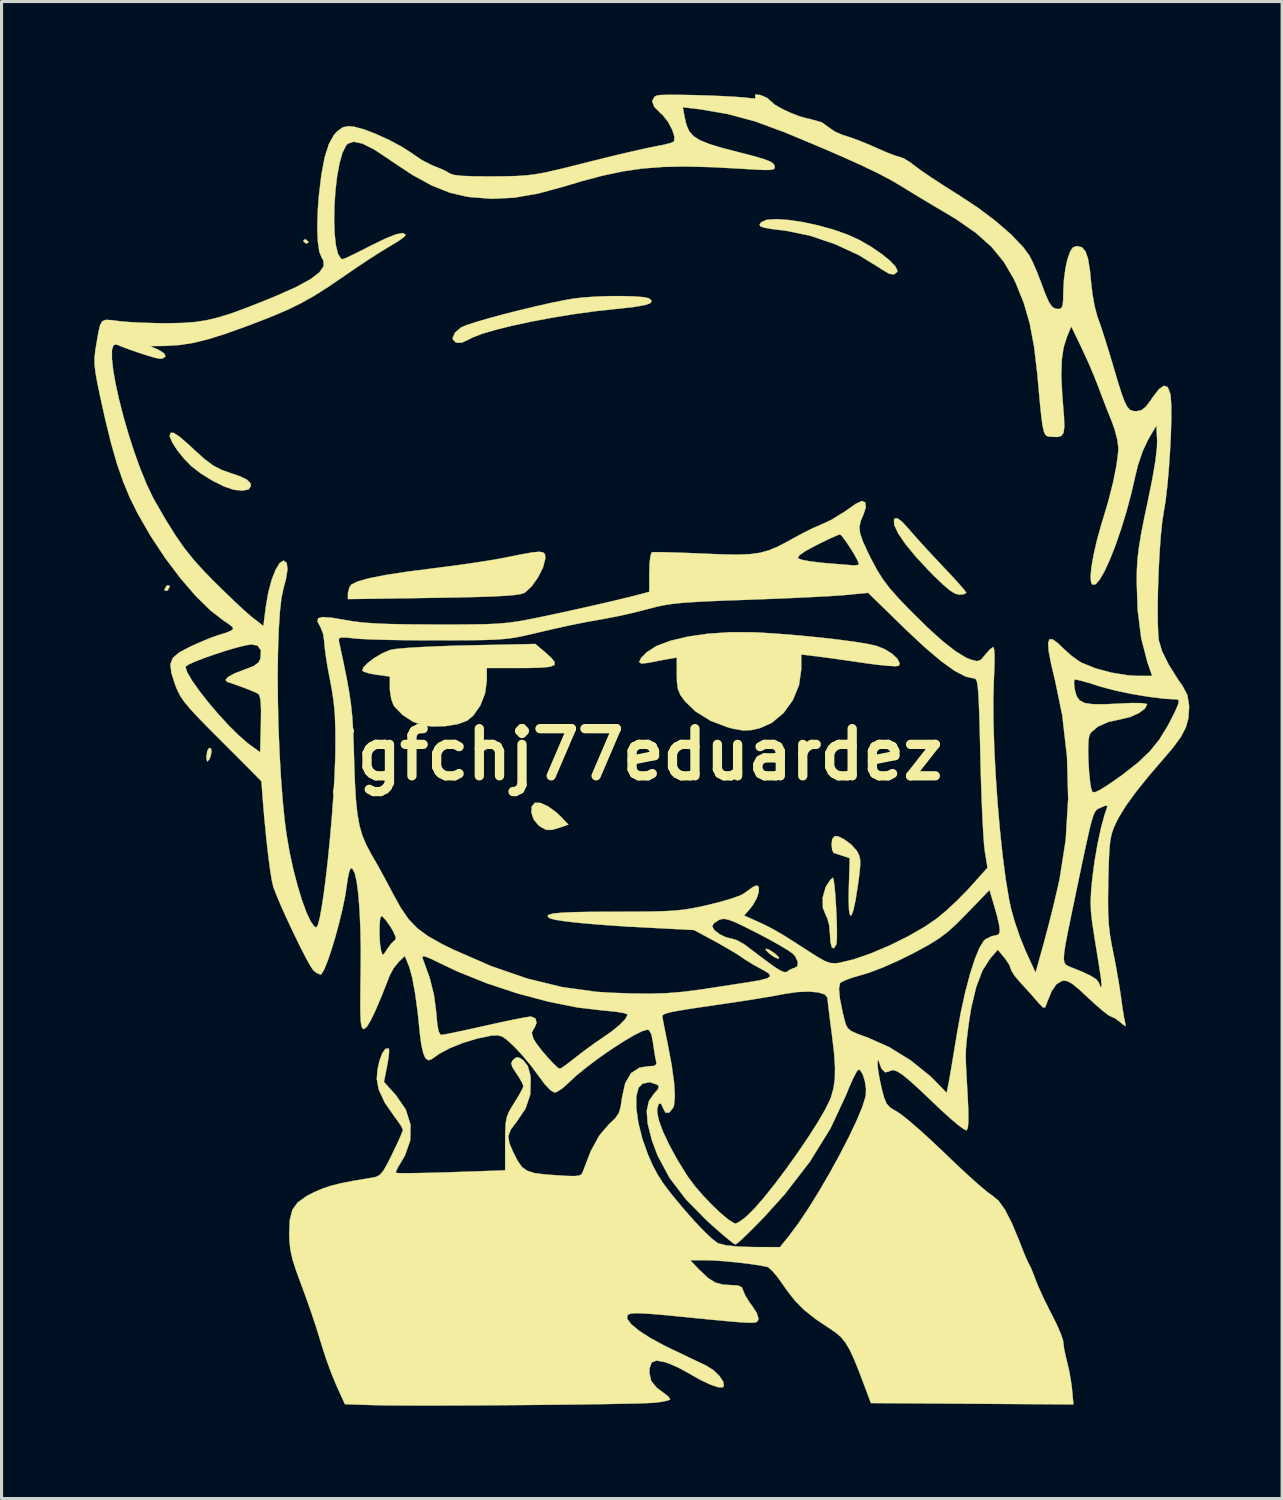
<source format=kicad_pcb>
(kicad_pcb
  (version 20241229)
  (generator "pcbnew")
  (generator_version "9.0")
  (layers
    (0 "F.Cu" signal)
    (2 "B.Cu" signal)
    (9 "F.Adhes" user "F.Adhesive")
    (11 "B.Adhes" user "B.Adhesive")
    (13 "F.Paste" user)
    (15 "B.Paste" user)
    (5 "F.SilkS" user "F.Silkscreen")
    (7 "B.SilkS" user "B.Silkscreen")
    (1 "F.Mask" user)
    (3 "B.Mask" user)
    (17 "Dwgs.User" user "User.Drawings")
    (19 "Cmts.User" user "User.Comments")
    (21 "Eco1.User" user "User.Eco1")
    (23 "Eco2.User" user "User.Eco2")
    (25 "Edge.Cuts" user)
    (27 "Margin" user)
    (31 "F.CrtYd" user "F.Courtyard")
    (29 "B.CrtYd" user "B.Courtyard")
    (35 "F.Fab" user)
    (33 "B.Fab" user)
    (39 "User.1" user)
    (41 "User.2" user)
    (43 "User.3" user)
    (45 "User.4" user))
  (footprint "jgfchj77eduardez"
    (layer "F.Cu")
    (at 17.589 21.327)
    (property "Reference" "jgfchj77eduardez" (at 0 0 0) (layer "F.SilkS") (effects (font (size 1.524 1.524) (thickness 0.3))))
    (attr through_hole)
    (fp_poly (pts (xy -15.162 -5.457) (xy -15.155 -5.429) (xy -15.217 -5.309) (xy -15.24 -5.292) (xy -15.318 -5.296) (xy -15.325 -5.324) (xy -15.263 -5.444) (xy -15.24 -5.461) (xy -15.162 -5.457)) (stroke (width 0.01) (type solid)) (fill yes) (layer "F.SilkS"))
    (fp_poly (pts (xy -10.753 -16.637) (xy -10.672 -16.561) (xy -10.668 -16.547) (xy -10.734 -16.511) (xy -10.753 -16.51) (xy -10.834 -16.575) (xy -10.837 -16.6) (xy -10.785 -16.65) (xy -10.753 -16.637)) (stroke (width 0.01) (type solid)) (fill yes) (layer "F.SilkS"))
    (fp_poly (pts (xy -13.82 -0.197) (xy -13.805 -0.08) (xy -13.841 0.08) (xy -13.885 0.169) (xy -13.944 0.228) (xy -13.967 0.139) (xy -13.969 0.068) (xy -13.941 -0.119) (xy -13.885 -0.212) (xy -13.82 -0.197)) (stroke (width 0.01) (type solid)) (fill yes) (layer "F.SilkS"))
    (fp_poly (pts (xy 4.21 6.307) (xy 4.382 6.418) (xy 4.403 6.435) (xy 4.52 6.546) (xy 4.527 6.601) (xy 4.518 6.602) (xy 4.389 6.553) (xy 4.222 6.437) (xy 4.103 6.317) (xy 4.108 6.274) (xy 4.21 6.307)) (stroke (width 0.01) (type solid)) (fill yes) (layer "F.SilkS"))
    (fp_poly (pts (xy -3.169 1.567) (xy -2.921 1.682) (xy -2.652 1.881) (xy -2.513 2.014) (xy -2.274 2.265) (xy -2.547 2.36) (xy -2.808 2.437) (xy -2.989 2.435) (xy -3.16 2.346) (xy -3.248 2.28) (xy -3.397 2.098) (xy -3.47 1.879) (xy -3.459 1.68) (xy -3.357 1.559) (xy -3.352 1.558) (xy -3.169 1.567)) (stroke (width 0.01) (type solid)) (fill yes) (layer "F.SilkS"))
    (fp_poly (pts (xy 6.297 4.058) (xy 6.325 4.266) (xy 6.351 4.567) (xy 6.373 4.922) (xy 6.391 5.29) (xy 6.401 5.635) (xy 6.401 5.918) (xy 6.39 6.099) (xy 6.382 6.134) (xy 6.305 6.261) (xy 6.238 6.233) (xy 6.193 6.065) (xy 6.178 5.821) (xy 6.152 5.514) (xy 6.086 5.275) (xy 6.051 5.212) (xy 5.947 4.952) (xy 5.941 4.626) (xy 6.032 4.302) (xy 6.072 4.225) (xy 6.184 4.059) (xy 6.265 3.98) (xy 6.271 3.979) (xy 6.297 4.058)) (stroke (width 0.01) (type solid)) (fill yes) (layer "F.SilkS"))
    (fp_poly (pts (xy -15.028 -10.39) (xy -14.85 -10.276) (xy -14.58 -10.046) (xy -14.361 -9.842) (xy -14.026 -9.541) (xy -13.752 -9.337) (xy -13.489 -9.199) (xy -13.25 -9.113) (xy -12.885 -8.988) (xy -12.661 -8.879) (xy -12.552 -8.769) (xy -12.531 -8.678) (xy -12.604 -8.567) (xy -12.803 -8.524) (xy -13.086 -8.553) (xy -13.397 -8.659) (xy -13.77 -8.845) (xy -14.144 -9.075) (xy -14.456 -9.315) (xy -14.461 -9.32) (xy -14.693 -9.558) (xy -14.907 -9.825) (xy -15.07 -10.076) (xy -15.152 -10.266) (xy -15.155 -10.299) (xy -15.125 -10.395) (xy -15.028 -10.39)) (stroke (width 0.01) (type solid)) (fill yes) (layer "F.SilkS"))
    (fp_poly (pts (xy 8.499 -7.528) (xy 8.716 -7.292) (xy 8.73 -7.275) (xy 8.94 -7.035) (xy 9.228 -6.716) (xy 9.555 -6.363) (xy 9.842 -6.058) (xy 10.122 -5.76) (xy 10.354 -5.506) (xy 10.515 -5.319) (xy 10.582 -5.227) (xy 10.583 -5.223) (xy 10.51 -5.18) (xy 10.356 -5.165) (xy 10.226 -5.195) (xy 10.059 -5.296) (xy 9.834 -5.485) (xy 9.53 -5.778) (xy 9.361 -5.949) (xy 8.942 -6.401) (xy 8.611 -6.805) (xy 8.378 -7.148) (xy 8.253 -7.414) (xy 8.244 -7.589) (xy 8.266 -7.623) (xy 8.354 -7.634) (xy 8.499 -7.528)) (stroke (width 0.01) (type solid)) (fill yes) (layer "F.SilkS"))
    (fp_poly (pts (xy 4.841 -17.27) (xy 5.304 -17.201) (xy 5.798 -17.094) (xy 6.291 -16.957) (xy 6.752 -16.794) (xy 7.125 -16.624) (xy 7.503 -16.406) (xy 7.84 -16.176) (xy 8.112 -15.956) (xy 8.293 -15.765) (xy 8.358 -15.626) (xy 8.349 -15.594) (xy 8.245 -15.509) (xy 8.086 -15.534) (xy 7.844 -15.677) (xy 7.789 -15.716) (xy 7.111 -16.133) (xy 6.34 -16.489) (xy 5.539 -16.76) (xy 4.769 -16.92) (xy 4.688 -16.93) (xy 4.294 -16.978) (xy 4.047 -17.022) (xy 3.924 -17.068) (xy 3.903 -17.126) (xy 3.958 -17.2) (xy 4.137 -17.276) (xy 4.442 -17.297) (xy 4.841 -17.27)) (stroke (width 0.01) (type solid)) (fill yes) (layer "F.SilkS"))
    (fp_poly (pts (xy 6.445 2.647) (xy 6.628 2.736) (xy 6.862 2.907) (xy 7.046 3.115) (xy 7.055 3.131) (xy 7.118 3.255) (xy 7.151 3.387) (xy 7.155 3.568) (xy 7.13 3.837) (xy 7.078 4.233) (xy 7.077 4.236) (xy 7.001 4.719) (xy 6.931 5.039) (xy 6.87 5.197) (xy 6.823 5.19) (xy 6.791 5.019) (xy 6.78 4.682) (xy 6.786 4.321) (xy 6.816 3.35) (xy 6.562 3.266) (xy 6.383 3.207) (xy 6.298 3.179) (xy 6.297 3.178) (xy 6.249 3.09) (xy 6.23 2.92) (xy 6.245 2.756) (xy 6.264 2.71) (xy 6.336 2.636) (xy 6.445 2.647)) (stroke (width 0.01) (type solid)) (fill yes) (layer "F.SilkS"))
    (fp_poly (pts (xy -3.093 -6.532) (xy -3.033 -6.473) (xy -3.02 -6.374) (xy -3.022 -6.323) (xy -3.094 -6.044) (xy -3.251 -5.73) (xy -3.453 -5.443) (xy -3.663 -5.244) (xy -3.707 -5.218) (xy -3.816 -5.183) (xy -4.003 -5.154) (xy -4.283 -5.129) (xy -4.672 -5.108) (xy -5.184 -5.09) (xy -5.834 -5.075) (xy -6.638 -5.062) (xy -6.668 -5.061) (xy -9.398 -5.021) (xy -9.398 -5.21) (xy -9.351 -5.402) (xy -9.286 -5.491) (xy -9.081 -5.592) (xy -8.708 -5.696) (xy -8.166 -5.802) (xy -7.454 -5.911) (xy -6.646 -6.014) (xy -6.079 -6.086) (xy -5.499 -6.167) (xy -4.954 -6.25) (xy -4.496 -6.327) (xy -4.276 -6.37) (xy -3.791 -6.468) (xy -3.449 -6.528) (xy -3.224 -6.55) (xy -3.093 -6.532)) (stroke (width 0.01) (type solid)) (fill yes) (layer "F.SilkS"))
    (fp_poly (pts (xy -0.131 -14.8) (xy 0.161 -14.776) (xy 0.328 -14.74) (xy 0.338 -14.734) (xy 0.419 -14.652) (xy 0.372 -14.58) (xy 0.187 -14.518) (xy -0.145 -14.46) (xy -0.634 -14.405) (xy -0.761 -14.393) (xy -1.418 -14.321) (xy -2.106 -14.226) (xy -2.798 -14.113) (xy -3.468 -13.987) (xy -4.088 -13.854) (xy -4.632 -13.719) (xy -5.073 -13.589) (xy -5.385 -13.468) (xy -5.478 -13.416) (xy -5.715 -13.307) (xy -5.903 -13.305) (xy -6.004 -13.406) (xy -6.011 -13.463) (xy -5.938 -13.63) (xy -5.748 -13.794) (xy -5.742 -13.797) (xy -5.569 -13.872) (xy -5.262 -13.972) (xy -4.853 -14.092) (xy -4.373 -14.222) (xy -3.854 -14.354) (xy -3.328 -14.48) (xy -2.827 -14.593) (xy -2.382 -14.683) (xy -2.117 -14.729) (xy -1.779 -14.768) (xy -1.373 -14.795) (xy -0.937 -14.81) (xy -0.51 -14.811) (xy -0.131 -14.8)) (stroke (width 0.01) (type solid)) (fill yes) (layer "F.SilkS"))
    (fp_poly (pts (xy -3.027 -3.304) (xy -2.821 -3.118) (xy -2.717 -2.984) (xy -2.727 -2.892) (xy -2.865 -2.835) (xy -3.141 -2.806) (xy -3.569 -2.795) (xy -3.81 -2.794) (xy -4.911 -2.794) (xy -4.911 -2.384) (xy -4.968 -1.971) (xy -5.124 -1.576) (xy -5.35 -1.254) (xy -5.552 -1.09) (xy -5.848 -0.982) (xy -6.24 -0.917) (xy -6.658 -0.904) (xy -6.945 -0.932) (xy -7.293 -1.056) (xy -7.637 -1.281) (xy -7.902 -1.557) (xy -7.918 -1.58) (xy -7.997 -1.786) (xy -8.041 -2.063) (xy -8.043 -2.145) (xy -8.043 -2.518) (xy -8.463 -2.574) (xy -8.714 -2.62) (xy -8.888 -2.676) (xy -8.93 -2.705) (xy -8.903 -2.807) (xy -8.763 -2.953) (xy -8.549 -3.115) (xy -8.3 -3.264) (xy -8.056 -3.37) (xy -8.012 -3.383) (xy -7.828 -3.413) (xy -7.501 -3.442) (xy -7.057 -3.47) (xy -6.523 -3.495) (xy -5.925 -3.516) (xy -5.503 -3.526) (xy -3.344 -3.572) (xy -3.027 -3.304)) (stroke (width 0.01) (type solid)) (fill yes) (layer "F.SilkS"))
    (fp_poly (pts (xy 3.692 -3.949) (xy 3.895 -3.94) (xy 4.552 -3.897) (xy 5.224 -3.841) (xy 5.879 -3.777) (xy 6.486 -3.707) (xy 7.013 -3.635) (xy 7.43 -3.566) (xy 7.678 -3.51) (xy 7.953 -3.4) (xy 8.192 -3.249) (xy 8.362 -3.086) (xy 8.43 -2.94) (xy 8.403 -2.866) (xy 8.298 -2.852) (xy 8.06 -2.864) (xy 7.724 -2.897) (xy 7.323 -2.95) (xy 7.279 -2.957) (xy 6.82 -3.024) (xy 6.371 -3.088) (xy 5.986 -3.141) (xy 5.736 -3.172) (xy 5.249 -3.23) (xy 5.249 -2.755) (xy 5.177 -2.242) (xy 4.978 -1.758) (xy 4.676 -1.339) (xy 4.296 -1.021) (xy 3.918 -0.852) (xy 3.624 -0.786) (xy 3.367 -0.777) (xy 3.069 -0.828) (xy 2.879 -0.876) (xy 2.323 -1.087) (xy 1.834 -1.39) (xy 1.489 -1.722) (xy 1.341 -1.927) (xy 1.263 -2.117) (xy 1.232 -2.362) (xy 1.228 -2.59) (xy 1.228 -3.132) (xy 0.931 -3.081) (xy 0.633 -3.026) (xy 0.325 -2.965) (xy 0.318 -2.963) (xy 0.09 -2.937) (xy 0.009 -2.986) (xy 0.075 -3.117) (xy 0.25 -3.298) (xy 0.561 -3.501) (xy 1.013 -3.672) (xy 1.578 -3.807) (xy 2.231 -3.902) (xy 2.945 -3.951) (xy 3.692 -3.949)) (stroke (width 0.01) (type solid)) (fill yes) (layer "F.SilkS"))
    (fp_poly (pts (xy 3.893 -21.312) (xy 3.946 -21.299) (xy 4.147 -21.214) (xy 4.264 -21.109) (xy 4.385 -21.001) (xy 4.616 -20.867) (xy 4.905 -20.731) (xy 5.201 -20.616) (xy 5.452 -20.547) (xy 5.488 -20.542) (xy 5.912 -20.425) (xy 6.181 -20.231) (xy 6.338 -20.123) (xy 6.584 -20.018) (xy 6.689 -19.985) (xy 6.956 -19.896) (xy 7.304 -19.761) (xy 7.662 -19.607) (xy 7.695 -19.592) (xy 8.003 -19.457) (xy 8.261 -19.356) (xy 8.423 -19.306) (xy 8.443 -19.304) (xy 8.574 -19.254) (xy 8.778 -19.125) (xy 8.918 -19.018) (xy 9.121 -18.868) (xy 9.431 -18.656) (xy 9.809 -18.408) (xy 10.219 -18.148) (xy 10.329 -18.08) (xy 10.96 -17.664) (xy 11.534 -17.231) (xy 12.026 -16.804) (xy 12.409 -16.404) (xy 12.615 -16.128) (xy 12.721 -15.922) (xy 12.854 -15.618) (xy 12.987 -15.277) (xy 13.001 -15.239) (xy 13.144 -14.856) (xy 13.256 -14.608) (xy 13.356 -14.466) (xy 13.461 -14.404) (xy 13.557 -14.393) (xy 13.642 -14.413) (xy 13.69 -14.495) (xy 13.711 -14.675) (xy 13.716 -14.971) (xy 13.737 -15.353) (xy 13.791 -15.743) (xy 13.846 -15.987) (xy 13.936 -16.248) (xy 14.025 -16.381) (xy 14.139 -16.424) (xy 14.171 -16.425) (xy 14.321 -16.386) (xy 14.433 -16.255) (xy 14.516 -16.01) (xy 14.577 -15.632) (xy 14.612 -15.268) (xy 14.659 -14.865) (xy 14.731 -14.469) (xy 14.815 -14.153) (xy 14.835 -14.099) (xy 14.921 -13.857) (xy 15.038 -13.498) (xy 15.173 -13.068) (xy 15.31 -12.614) (xy 15.326 -12.557) (xy 15.481 -12.035) (xy 15.601 -11.654) (xy 15.699 -11.392) (xy 15.785 -11.227) (xy 15.871 -11.136) (xy 15.968 -11.098) (xy 16.075 -11.091) (xy 16.233 -11.121) (xy 16.377 -11.23) (xy 16.545 -11.452) (xy 16.589 -11.519) (xy 16.801 -11.799) (xy 16.969 -11.915) (xy 17.092 -11.868) (xy 17.171 -11.657) (xy 17.187 -11.556) (xy 17.205 -11.257) (xy 17.205 -10.83) (xy 17.19 -10.316) (xy 17.161 -9.756) (xy 17.122 -9.189) (xy 17.074 -8.656) (xy 17.021 -8.198) (xy 16.964 -7.854) (xy 16.962 -7.846) (xy 16.911 -7.52) (xy 16.865 -7.066) (xy 16.826 -6.524) (xy 16.795 -5.933) (xy 16.774 -5.331) (xy 16.765 -4.758) (xy 16.768 -4.253) (xy 16.785 -3.854) (xy 16.803 -3.683) (xy 16.906 -3.338) (xy 17.121 -2.904) (xy 17.435 -2.404) (xy 17.571 -2.21) (xy 17.725 -1.92) (xy 17.779 -1.579) (xy 17.78 -1.509) (xy 17.757 -1.174) (xy 17.675 -0.874) (xy 17.515 -0.568) (xy 17.258 -0.219) (xy 17.007 0.077) (xy 16.475 0.696) (xy 16.056 1.218) (xy 15.737 1.658) (xy 15.506 2.035) (xy 15.421 2.201) (xy 15.338 2.386) (xy 15.279 2.561) (xy 15.237 2.758) (xy 15.208 3.012) (xy 15.19 3.353) (xy 15.175 3.816) (xy 15.169 4.081) (xy 15.16 4.659) (xy 15.164 5.113) (xy 15.184 5.485) (xy 15.222 5.82) (xy 15.281 6.161) (xy 15.314 6.324) (xy 15.405 6.786) (xy 15.494 7.286) (xy 15.565 7.738) (xy 15.581 7.858) (xy 15.63 8.202) (xy 15.677 8.492) (xy 15.716 8.678) (xy 15.724 8.705) (xy 15.731 8.776) (xy 15.648 8.729) (xy 15.566 8.657) (xy 15.393 8.526) (xy 15.261 8.467) (xy 15.256 8.467) (xy 15.156 8.411) (xy 14.966 8.262) (xy 14.716 8.044) (xy 14.522 7.864) (xy 14.224 7.588) (xy 14.014 7.416) (xy 13.864 7.328) (xy 13.743 7.305) (xy 13.673 7.316) (xy 13.495 7.421) (xy 13.337 7.65) (xy 13.185 8.026) (xy 13.166 8.086) (xy 13.123 8.177) (xy 13.058 8.17) (xy 12.937 8.05) (xy 12.858 7.959) (xy 12.635 7.704) (xy 12.385 7.429) (xy 12.314 7.354) (xy 12.145 7.153) (xy 12.039 6.987) (xy 12.022 6.93) (xy 11.971 6.795) (xy 11.845 6.605) (xy 11.81 6.562) (xy 11.598 6.308) (xy 11.346 6.599) (xy 11.104 6.981) (xy 10.9 7.515) (xy 10.74 8.188) (xy 10.662 8.678) (xy 10.618 9.022) (xy 10.587 9.287) (xy 10.569 9.512) (xy 10.563 9.738) (xy 10.569 10.005) (xy 10.586 10.353) (xy 10.613 10.823) (xy 10.62 10.932) (xy 10.645 11.454) (xy 10.65 11.821) (xy 10.634 12.046) (xy 10.596 12.141) (xy 10.594 12.143) (xy 10.503 12.107) (xy 10.314 11.968) (xy 10.047 11.742) (xy 9.723 11.446) (xy 9.547 11.279) (xy 9.115 10.867) (xy 8.784 10.564) (xy 8.537 10.36) (xy 8.356 10.241) (xy 8.226 10.197) (xy 8.13 10.214) (xy 8.091 10.24) (xy 7.958 10.27) (xy 7.839 10.147) (xy 7.766 9.948) (xy 7.735 9.852) (xy 7.719 9.912) (xy 7.714 9.991) (xy 7.729 10.18) (xy 7.777 10.469) (xy 7.844 10.779) (xy 7.926 11.088) (xy 8.006 11.28) (xy 8.116 11.404) (xy 8.286 11.509) (xy 8.329 11.531) (xy 8.496 11.644) (xy 8.758 11.855) (xy 9.089 12.143) (xy 9.466 12.486) (xy 9.863 12.861) (xy 9.905 12.902) (xy 10.296 13.276) (xy 10.664 13.617) (xy 10.985 13.904) (xy 11.236 14.116) (xy 11.393 14.231) (xy 11.405 14.238) (xy 11.615 14.408) (xy 11.829 14.705) (xy 12.055 15.143) (xy 12.3 15.733) (xy 12.337 15.83) (xy 12.45 16.119) (xy 12.547 16.348) (xy 12.608 16.467) (xy 12.608 16.468) (xy 12.671 16.591) (xy 12.763 16.815) (xy 12.822 16.976) (xy 12.934 17.249) (xy 13.098 17.606) (xy 13.285 17.982) (xy 13.345 18.097) (xy 13.509 18.426) (xy 13.636 18.72) (xy 13.707 18.933) (xy 13.716 18.991) (xy 13.739 19.189) (xy 13.797 19.464) (xy 13.834 19.606) (xy 13.912 19.945) (xy 13.977 20.333) (xy 13.998 20.511) (xy 14.043 20.999) (xy 10.77 20.977) (xy 7.498 20.955) (xy 7.341 20.532) (xy 7.13 19.972) (xy 6.959 19.548) (xy 6.813 19.232) (xy 6.676 19.001) (xy 6.535 18.828) (xy 6.375 18.687) (xy 6.19 18.561) (xy 5.71 18.239) (xy 5.343 17.948) (xy 5.046 17.648) (xy 4.778 17.302) (xy 4.689 17.173) (xy 4.494 16.9) (xy 4.316 16.687) (xy 4.186 16.57) (xy 4.166 16.561) (xy 3.93 16.511) (xy 3.577 16.458) (xy 3.163 16.409) (xy 2.74 16.369) (xy 2.363 16.345) (xy 2.179 16.341) (xy 1.66 16.341) (xy 1.952 16.644) (xy 2.23 16.908) (xy 2.468 17.06) (xy 2.723 17.129) (xy 2.962 17.142) (xy 3.206 17.158) (xy 3.328 17.213) (xy 3.371 17.314) (xy 3.44 17.481) (xy 3.58 17.704) (xy 3.655 17.805) (xy 3.809 18.04) (xy 3.865 18.221) (xy 3.858 18.261) (xy 3.842 18.301) (xy 3.815 18.331) (xy 3.759 18.351) (xy 3.658 18.36) (xy 3.492 18.357) (xy 3.246 18.342) (xy 2.9 18.312) (xy 2.437 18.269) (xy 1.839 18.211) (xy 1.163 18.144) (xy 0.62 18.092) (xy 0.222 18.062) (xy -0.054 18.051) (xy -0.231 18.06) (xy -0.332 18.089) (xy -0.361 18.11) (xy -0.376 18.232) (xy -0.248 18.405) (xy 0.006 18.615) (xy 0.37 18.851) (xy 0.829 19.1) (xy 1.016 19.191) (xy 1.398 19.373) (xy 1.766 19.549) (xy 2.066 19.692) (xy 2.186 19.75) (xy 2.416 19.896) (xy 2.605 20.078) (xy 2.725 20.258) (xy 2.749 20.399) (xy 2.713 20.445) (xy 2.573 20.445) (xy 2.326 20.363) (xy 2.002 20.212) (xy 1.632 20.004) (xy 1.602 19.985) (xy 1.297 19.819) (xy 0.98 19.679) (xy 0.848 19.633) (xy 0.574 19.581) (xy 0.416 19.642) (xy 0.349 19.83) (xy 0.343 19.981) (xy 0.399 20.236) (xy 0.581 20.461) (xy 0.783 20.611) (xy 0.943 20.734) (xy 1.016 20.827) (xy 1.016 20.831) (xy 0.939 20.873) (xy 0.738 20.915) (xy 0.487 20.945) (xy 0.277 20.956) (xy -0.081 20.968) (xy -0.565 20.978) (xy -1.156 20.989) (xy -1.83 20.999) (xy -2.567 21.007) (xy -3.347 21.015) (xy -4.146 21.022) (xy -4.945 21.028) (xy -5.722 21.032) (xy -6.456 21.034) (xy -7.125 21.034) (xy -7.708 21.033) (xy -8.184 21.029) (xy -8.532 21.022) (xy -8.579 21.021) (xy -9.495 20.991) (xy -9.773 20.381) (xy -9.927 20.008) (xy -10.094 19.553) (xy -10.243 19.097) (xy -10.282 18.965) (xy -10.41 18.548) (xy -10.577 18.044) (xy -10.76 17.524) (xy -10.9 17.145) (xy -11.07 16.683) (xy -11.183 16.329) (xy -11.251 16.035) (xy -11.285 15.756) (xy -11.295 15.49) (xy -11.277 15.043) (xy -11.195 14.717) (xy -11.022 14.473) (xy -10.735 14.267) (xy -10.49 14.142) (xy -10.232 14.03) (xy -9.96 13.938) (xy -9.637 13.856) (xy -9.225 13.775) (xy -8.686 13.685) (xy -8.626 13.676) (xy -8.477 13.643) (xy -8.362 13.578) (xy -8.254 13.45) (xy -8.127 13.228) (xy -7.97 12.915) (xy -7.817 12.596) (xy -7.698 12.333) (xy -7.63 12.163) (xy -7.62 12.124) (xy -7.669 12.017) (xy -7.794 11.833) (xy -7.882 11.717) (xy -8.206 11.25) (xy -8.404 10.824) (xy -8.466 10.481) (xy -8.441 10.173) (xy -8.376 9.885) (xy -8.287 9.652) (xy -8.186 9.511) (xy -8.089 9.496) (xy -8.074 9.508) (xy -8.067 9.607) (xy -8.091 9.822) (xy -8.133 10.064) (xy -8.234 10.578) (xy -7.845 11.01) (xy -7.529 11.471) (xy -7.375 11.961) (xy -7.383 12.463) (xy -7.556 12.959) (xy -7.658 13.133) (xy -7.783 13.339) (xy -7.847 13.482) (xy -7.848 13.516) (xy -7.756 13.525) (xy -7.52 13.528) (xy -7.166 13.524) (xy -6.72 13.515) (xy -6.207 13.5) (xy -6.064 13.496) (xy -4.318 13.436) (xy -4.318 12.577) (xy -4.315 12.183) (xy -4.3 11.91) (xy -4.262 11.709) (xy -4.19 11.533) (xy -4.073 11.334) (xy -4.024 11.257) (xy -3.871 11.006) (xy -3.764 10.809) (xy -3.728 10.715) (xy -3.771 10.603) (xy -3.883 10.41) (xy -3.951 10.309) (xy -4.084 10.102) (xy -4.122 9.978) (xy -4.077 9.884) (xy -4.05 9.856) (xy -3.943 9.778) (xy -3.831 9.81) (xy -3.729 9.886) (xy -3.587 10.063) (xy -3.51 10.337) (xy -3.493 10.473) (xy -3.506 10.985) (xy -3.661 11.445) (xy -3.943 11.861) (xy -4.137 12.119) (xy -4.215 12.326) (xy -4.185 12.549) (xy -4.068 12.827) (xy -3.917 13.124) (xy -3.777 13.324) (xy -3.607 13.45) (xy -3.371 13.524) (xy -3.029 13.568) (xy -2.731 13.59) (xy -2.339 13.615) (xy -2.083 13.621) (xy -1.932 13.606) (xy -1.853 13.567) (xy -1.815 13.499) (xy -1.813 13.492) (xy -1.554 12.819) (xy -1.273 12.306) (xy -0.964 11.947) (xy -0.764 11.757) (xy -0.647 11.589) (xy -0.6 11.433) (xy -0.08 11.433) (xy -0.014 11.903) (xy 0.115 12.417) (xy 0.297 12.928) (xy 0.447 13.269) (xy 0.603 13.566) (xy 0.791 13.858) (xy 1.037 14.184) (xy 1.368 14.584) (xy 1.459 14.692) (xy 1.8 15.078) (xy 2.11 15.404) (xy 2.365 15.646) (xy 2.543 15.781) (xy 2.568 15.794) (xy 2.814 15.857) (xy 3.197 15.898) (xy 3.688 15.914) (xy 3.698 15.914) (xy 4.561 15.917) (xy 4.851 15.557) (xy 5.152 15.154) (xy 5.483 14.659) (xy 5.829 14.102) (xy 6.173 13.511) (xy 6.5 12.915) (xy 6.795 12.341) (xy 7.042 11.82) (xy 7.225 11.379) (xy 7.328 11.047) (xy 7.332 11.028) (xy 7.342 10.81) (xy 7.306 10.565) (xy 7.24 10.346) (xy 7.157 10.204) (xy 7.093 10.18) (xy 7.027 10.267) (xy 6.92 10.477) (xy 6.787 10.776) (xy 6.693 11.01) (xy 6.193 12.081) (xy 5.53 13.152) (xy 4.711 14.214) (xy 4.032 14.964) (xy 3.728 15.275) (xy 3.462 15.537) (xy 3.259 15.727) (xy 3.14 15.825) (xy 3.122 15.833) (xy 3.036 15.779) (xy 2.85 15.631) (xy 2.591 15.41) (xy 2.284 15.137) (xy 2.208 15.069) (xy 1.523 14.375) (xy 0.993 13.678) (xy 0.606 12.956) (xy 0.421 12.458) (xy 0.287 11.928) (xy 0.258 11.538) (xy 0.593 11.538) (xy 0.641 11.803) (xy 0.776 12.172) (xy 0.983 12.614) (xy 1.246 13.096) (xy 1.551 13.588) (xy 1.605 13.668) (xy 1.816 13.95) (xy 2.08 14.254) (xy 2.366 14.554) (xy 2.646 14.82) (xy 2.892 15.025) (xy 3.074 15.14) (xy 3.131 15.155) (xy 3.237 15.105) (xy 3.411 14.98) (xy 3.467 14.934) (xy 3.72 14.687) (xy 4.033 14.329) (xy 4.386 13.888) (xy 4.758 13.394) (xy 5.128 12.876) (xy 5.477 12.362) (xy 5.783 11.881) (xy 6.027 11.463) (xy 6.186 11.136) (xy 6.214 11.061) (xy 6.292 10.778) (xy 6.334 10.473) (xy 6.34 10.111) (xy 6.31 9.658) (xy 6.244 9.082) (xy 6.224 8.932) (xy 6.173 8.542) (xy 6.132 8.205) (xy 6.105 7.963) (xy 6.098 7.864) (xy 6.019 7.757) (xy 5.807 7.688) (xy 5.495 7.659) (xy 5.116 7.675) (xy 4.703 7.736) (xy 4.69 7.739) (xy 4.412 7.792) (xy 4.006 7.861) (xy 3.516 7.94) (xy 2.98 8.022) (xy 2.554 8.084) (xy 1.958 8.171) (xy 1.509 8.24) (xy 1.187 8.295) (xy 0.972 8.339) (xy 0.843 8.379) (xy 0.78 8.417) (xy 0.762 8.459) (xy 0.762 8.462) (xy 0.778 8.567) (xy 0.822 8.798) (xy 0.885 9.116) (xy 0.928 9.321) (xy 1.061 10.027) (xy 1.14 10.605) (xy 1.166 11.045) (xy 1.137 11.339) (xy 1.108 11.416) (xy 0.98 11.573) (xy 0.863 11.572) (xy 0.787 11.43) (xy 0.717 11.281) (xy 0.646 11.284) (xy 0.599 11.427) (xy 0.593 11.538) (xy 0.258 11.538) (xy 0.256 11.514) (xy 0.328 11.195) (xy 0.483 10.97) (xy 0.623 10.812) (xy 0.645 10.718) (xy 0.589 10.664) (xy 0.348 10.587) (xy 0.123 10.636) (xy -0.007 10.766) (xy -0.08 11.042) (xy -0.08 11.433) (xy -0.6 11.433) (xy -0.584 11.378) (xy -0.543 11.087) (xy -0.439 10.619) (xy -0.25 10.296) (xy 0.027 10.116) (xy 0.296 10.075) (xy 0.498 10.061) (xy 0.57 10.004) (xy 0.562 9.927) (xy 0.528 9.76) (xy 0.486 9.498) (xy 0.464 9.335) (xy 0.409 9.045) (xy 0.332 8.908) (xy 0.281 8.89) (xy 0.107 8.94) (xy -0.168 9.078) (xy -0.515 9.284) (xy -0.903 9.536) (xy -1.304 9.816) (xy -1.687 10.104) (xy -2.024 10.378) (xy -2.281 10.619) (xy -2.481 10.797) (xy -2.658 10.906) (xy -2.723 10.922) (xy -2.849 10.852) (xy -3.031 10.661) (xy -3.231 10.393) (xy -3.483 10.053) (xy -3.778 9.7) (xy -4.012 9.452) (xy -4.241 9.236) (xy -4.403 9.117) (xy -4.548 9.074) (xy -4.726 9.081) (xy -4.795 9.09) (xy -5.217 9.177) (xy -5.671 9.315) (xy -6.097 9.484) (xy -6.433 9.662) (xy -6.51 9.715) (xy -6.695 9.846) (xy -6.8 9.88) (xy -6.877 9.824) (xy -6.907 9.785) (xy -6.97 9.626) (xy -7.029 9.358) (xy -7.067 9.072) (xy -7.143 8.334) (xy -7.228 7.711) (xy -7.318 7.22) (xy -7.411 6.879) (xy -7.426 6.838) (xy -7.53 6.579) (xy -6.987 6.579) (xy -6.759 7.206) (xy -6.618 7.765) (xy -6.545 8.325) (xy -6.543 8.361) (xy -6.509 8.731) (xy -6.466 8.954) (xy -6.408 9.051) (xy -6.379 9.059) (xy -6.259 9.041) (xy -6.006 8.991) (xy -5.651 8.916) (xy -5.223 8.823) (xy -4.959 8.763) (xy -4.499 8.661) (xy -4.087 8.574) (xy -3.756 8.509) (xy -3.538 8.472) (xy -3.479 8.467) (xy -3.339 8.528) (xy -3.302 8.674) (xy -3.377 8.844) (xy -3.401 8.871) (xy -3.458 8.994) (xy -3.404 9.182) (xy -3.403 9.184) (xy -3.306 9.341) (xy -3.144 9.553) (xy -2.952 9.779) (xy -2.765 9.981) (xy -2.617 10.119) (xy -2.55 10.157) (xy -2.463 10.106) (xy -2.282 9.975) (xy -2.047 9.792) (xy -2.032 9.78) (xy -1.727 9.545) (xy -1.41 9.315) (xy -1.194 9.169) (xy -0.88 8.951) (xy -0.619 8.737) (xy -0.44 8.553) (xy -0.368 8.423) (xy -0.373 8.395) (xy -0.473 8.356) (xy -0.699 8.317) (xy -1.009 8.284) (xy -1.119 8.275) (xy -1.983 8.174) (xy -2.934 7.983) (xy -3.927 7.718) (xy -4.913 7.391) (xy -5.847 7.016) (xy -6.382 6.763) (xy -6.704 6.606) (xy -6.899 6.527) (xy -6.986 6.521) (xy -6.987 6.579) (xy -7.53 6.579) (xy -7.557 6.51) (xy -7.751 6.693) (xy -7.924 6.908) (xy -8.048 7.142) (xy -8.298 7.777) (xy -8.502 8.259) (xy -8.663 8.596) (xy -8.786 8.797) (xy -8.875 8.87) (xy -8.89 8.87) (xy -8.932 8.841) (xy -8.963 8.763) (xy -8.984 8.612) (xy -8.995 8.37) (xy -8.998 8.015) (xy -8.994 7.527) (xy -8.987 7.068) (xy -8.982 6.312) (xy -8.991 5.844) (xy -8.377 5.844) (xy -8.361 6.117) (xy -8.329 6.326) (xy -8.328 6.333) (xy -8.287 6.456) (xy -8.24 6.455) (xy -8.149 6.321) (xy -8.124 6.279) (xy -7.993 6.1) (xy -7.879 5.999) (xy -7.871 5.996) (xy -7.848 5.909) (xy -7.94 5.702) (xy -8.022 5.566) (xy -8.167 5.359) (xy -8.282 5.237) (xy -8.328 5.223) (xy -8.361 5.339) (xy -8.377 5.565) (xy -8.377 5.844) (xy -8.991 5.844) (xy -8.995 5.621) (xy -9.023 5.01) (xy -9.064 4.495) (xy -9.118 4.091) (xy -9.183 3.816) (xy -9.257 3.683) (xy -9.31 3.681) (xy -9.354 3.78) (xy -9.401 3.996) (xy -9.432 4.21) (xy -9.488 4.577) (xy -9.576 5.003) (xy -9.686 5.456) (xy -9.808 5.908) (xy -9.935 6.327) (xy -10.058 6.685) (xy -10.167 6.951) (xy -10.254 7.095) (xy -10.284 7.112) (xy -10.417 7.054) (xy -10.525 6.96) (xy -10.619 6.818) (xy -10.764 6.555) (xy -10.943 6.204) (xy -11.141 5.799) (xy -11.341 5.375) (xy -11.528 4.965) (xy -11.683 4.602) (xy -11.793 4.322) (xy -11.807 4.282) (xy -11.857 4.064) (xy -11.915 3.705) (xy -11.976 3.233) (xy -12.038 2.677) (xy -12.098 2.063) (xy -12.152 1.421) (xy -12.191 0.871) (xy -12.248 0.809) (xy -12.409 0.645) (xy -12.655 0.397) (xy -12.969 0.082) (xy -13.334 -0.283) (xy -13.492 -0.441) (xy -13.928 -0.878) (xy -14.26 -1.219) (xy -14.506 -1.485) (xy -14.682 -1.698) (xy -14.807 -1.88) (xy -14.898 -2.051) (xy -14.972 -2.233) (xy -14.983 -2.263) (xy -15.104 -2.642) (xy -15.124 -2.831) (xy -14.647 -2.831) (xy -14.59 -2.655) (xy -14.433 -2.387) (xy -14.199 -2.056) (xy -13.91 -1.687) (xy -13.587 -1.306) (xy -13.253 -0.942) (xy -12.929 -0.621) (xy -12.639 -0.368) (xy -12.573 -0.319) (xy -12.234 -0.072) (xy -12.21 -0.982) (xy -12.205 -1.426) (xy -12.218 -1.723) (xy -12.251 -1.896) (xy -12.295 -1.961) (xy -12.434 -2.028) (xy -12.675 -2.125) (xy -12.957 -2.23) (xy -13.22 -2.32) (xy -13.287 -2.341) (xy -13.354 -2.405) (xy -13.275 -2.501) (xy -13.069 -2.616) (xy -12.751 -2.739) (xy -12.721 -2.749) (xy -12.437 -2.86) (xy -12.282 -2.977) (xy -12.225 -3.097) (xy -12.208 -3.362) (xy -12.316 -3.516) (xy -12.503 -3.556) (xy -12.687 -3.53) (xy -12.967 -3.462) (xy -13.308 -3.363) (xy -13.672 -3.245) (xy -14.025 -3.122) (xy -14.329 -3.005) (xy -14.548 -2.906) (xy -14.645 -2.838) (xy -14.647 -2.831) (xy -15.124 -2.831) (xy -15.134 -2.915) (xy -15.055 -3.121) (xy -14.852 -3.296) (xy -14.507 -3.478) (xy -14.418 -3.519) (xy -14.088 -3.664) (xy -13.793 -3.784) (xy -13.585 -3.857) (xy -13.552 -3.866) (xy -13.321 -3.938) (xy -13.18 -3.997) (xy -13.106 -4.055) (xy -13.132 -4.124) (xy -13.277 -4.235) (xy -13.392 -4.31) (xy -13.834 -4.649) (xy -14.314 -5.121) (xy -14.812 -5.698) (xy -15.307 -6.355) (xy -15.776 -7.065) (xy -16.195 -7.793) (xy -16.44 -8.289) (xy -16.658 -8.81) (xy -16.857 -9.385) (xy -17.047 -10.045) (xy -17.238 -10.82) (xy -17.399 -11.55) (xy -17.495 -12.009) (xy -17.555 -12.346) (xy -17.584 -12.604) (xy -17.584 -12.793) (xy -17.023 -12.793) (xy -16.982 -12.418) (xy -16.902 -11.965) (xy -16.789 -11.455) (xy -16.648 -10.906) (xy -16.484 -10.339) (xy -16.302 -9.776) (xy -16.107 -9.235) (xy -15.904 -8.737) (xy -15.697 -8.302) (xy -15.614 -8.151) (xy -15.265 -7.55) (xy -14.959 -7.063) (xy -14.67 -6.651) (xy -14.368 -6.276) (xy -14.025 -5.898) (xy -13.719 -5.585) (xy -13.372 -5.244) (xy -13.035 -4.922) (xy -12.742 -4.65) (xy -12.525 -4.46) (xy -12.478 -4.423) (xy -12.129 -4.151) (xy -12.045 -4.811) (xy -11.968 -5.25) (xy -11.861 -5.646) (xy -11.735 -5.968) (xy -11.604 -6.185) (xy -11.478 -6.265) (xy -11.477 -6.265) (xy -11.375 -6.192) (xy -11.35 -5.983) (xy -11.403 -5.651) (xy -11.479 -5.376) (xy -11.546 -5.056) (xy -11.598 -4.591) (xy -11.635 -4.005) (xy -11.658 -3.322) (xy -11.667 -2.566) (xy -11.661 -1.762) (xy -11.643 -0.932) (xy -11.61 -0.102) (xy -11.565 0.706) (xy -11.508 1.467) (xy -11.438 2.157) (xy -11.379 2.602) (xy -11.283 3.157) (xy -11.163 3.71) (xy -11.026 4.235) (xy -10.882 4.708) (xy -10.738 5.103) (xy -10.601 5.395) (xy -10.481 5.56) (xy -10.421 5.588) (xy -10.368 5.507) (xy -10.308 5.279) (xy -10.243 4.925) (xy -10.174 4.467) (xy -10.105 3.927) (xy -10.038 3.327) (xy -9.975 2.688) (xy -9.918 2.032) (xy -9.87 1.38) (xy -9.833 0.755) (xy -9.809 0.178) (xy -9.802 -0.169) (xy -9.802 -0.769) (xy -9.818 -1.253) (xy -9.855 -1.675) (xy -9.916 -2.088) (xy -9.974 -2.396) (xy -10.052 -2.805) (xy -10.113 -3.186) (xy -10.151 -3.487) (xy -10.16 -3.626) (xy -10.166 -3.672) (xy -9.691 -3.672) (xy -9.689 -3.663) (xy -9.548 -3.007) (xy -9.44 -2.476) (xy -9.36 -2.033) (xy -9.302 -1.639) (xy -9.261 -1.254) (xy -9.234 -0.839) (xy -9.213 -0.357) (xy -9.198 0.169) (xy -9.174 0.881) (xy -9.14 1.453) (xy -9.093 1.913) (xy -9.026 2.29) (xy -8.933 2.614) (xy -8.809 2.912) (xy -8.648 3.214) (xy -8.597 3.302) (xy -8.426 3.599) (xy -8.218 3.979) (xy -8.009 4.372) (xy -7.953 4.48) (xy -7.693 4.951) (xy -7.441 5.317) (xy -7.159 5.612) (xy -6.811 5.869) (xy -6.361 6.123) (xy -6.006 6.298) (xy -4.772 6.836) (xy -3.605 7.239) (xy -2.482 7.514) (xy -1.376 7.667) (xy -0.931 7.696) (xy -0.217 7.722) (xy 0.379 7.727) (xy 0.903 7.711) (xy 1.406 7.67) (xy 1.935 7.603) (xy 2.117 7.577) (xy 2.2 7.564) (xy 6.468 7.564) (xy 6.497 7.885) (xy 6.588 8.338) (xy 6.635 8.531) (xy 6.687 8.719) (xy 6.754 8.845) (xy 6.872 8.939) (xy 7.077 9.031) (xy 7.395 9.145) (xy 8.092 9.456) (xy 8.783 9.882) (xy 9.402 10.38) (xy 9.567 10.541) (xy 9.948 10.932) (xy 10.011 10.609) (xy 10.047 10.411) (xy 10.103 10.086) (xy 10.172 9.671) (xy 10.249 9.207) (xy 10.28 9.017) (xy 10.405 8.324) (xy 10.547 7.679) (xy 10.699 7.104) (xy 10.853 6.621) (xy 11.004 6.253) (xy 11.144 6.022) (xy 11.198 5.972) (xy 11.399 5.872) (xy 11.543 5.842) (xy 11.629 5.813) (xy 11.664 5.712) (xy 11.645 5.516) (xy 11.572 5.203) (xy 11.463 4.82) (xy 11.331 4.377) (xy 10.597 5.138) (xy 10.262 5.476) (xy 9.977 5.734) (xy 9.692 5.948) (xy 9.36 6.154) (xy 8.929 6.389) (xy 8.857 6.427) (xy 8.375 6.665) (xy 7.892 6.878) (xy 7.461 7.043) (xy 7.211 7.119) (xy 6.898 7.21) (xy 6.649 7.302) (xy 6.512 7.377) (xy 6.502 7.388) (xy 6.468 7.564) (xy 2.2 7.564) (xy 2.556 7.509) (xy 3.015 7.439) (xy 3.413 7.378) (xy 3.507 7.364) (xy 3.908 7.295) (xy 4.151 7.231) (xy 4.247 7.163) (xy 4.206 7.08) (xy 4.039 6.974) (xy 3.973 6.94) (xy 3.688 6.782) (xy 3.419 6.615) (xy 3.344 6.563) (xy 3.15 6.435) (xy 2.86 6.262) (xy 2.529 6.074) (xy 2.438 6.024) (xy 1.785 5.672) (xy 0.136 5.586) (xy -0.502 5.55) (xy 2.371 5.55) (xy 2.442 5.676) (xy 2.616 5.81) (xy 2.831 5.912) (xy 2.99 5.946) (xy 3.171 6) (xy 3.4 6.128) (xy 3.471 6.18) (xy 3.907 6.511) (xy 4.229 6.751) (xy 4.457 6.91) (xy 4.613 7.001) (xy 4.717 7.034) (xy 4.789 7.022) (xy 4.849 6.976) (xy 4.861 6.964) (xy 4.999 6.902) (xy 5.022 6.9) (xy 5.127 6.841) (xy 5.136 6.697) (xy 5.054 6.522) (xy 4.981 6.439) (xy 4.833 6.333) (xy 4.569 6.173) (xy 4.225 5.98) (xy 3.837 5.775) (xy 3.796 5.754) (xy 3.384 5.547) (xy 3.092 5.41) (xy 2.891 5.335) (xy 2.751 5.31) (xy 2.642 5.326) (xy 2.588 5.347) (xy 2.429 5.452) (xy 2.371 5.55) (xy -0.502 5.55) (xy -0.632 5.542) (xy -1.316 5.494) (xy -1.898 5.443) (xy -2.362 5.392) (xy -2.692 5.342) (xy -2.872 5.294) (xy -2.886 5.287) (xy -2.95 5.226) (xy -2.914 5.177) (xy -2.767 5.139) (xy -2.496 5.112) (xy -2.092 5.094) (xy -1.541 5.083) (xy -0.834 5.08) (xy -0.793 5.08) (xy -0.13 5.079) (xy 0.394 5.074) (xy 0.809 5.063) (xy 1.145 5.044) (xy 1.433 5.015) (xy 1.702 4.974) (xy 1.984 4.918) (xy 2.229 4.863) (xy 2.628 4.763) (xy 2.984 4.659) (xy 3.252 4.565) (xy 3.377 4.503) (xy 3.566 4.369) (xy 3.691 4.279) (xy 3.82 4.227) (xy 3.88 4.294) (xy 3.875 4.446) (xy 3.808 4.649) (xy 3.684 4.868) (xy 3.606 4.969) (xy 3.403 5.204) (xy 3.797 5.379) (xy 4.08 5.51) (xy 4.351 5.651) (xy 4.651 5.824) (xy 5.015 6.052) (xy 5.451 6.334) (xy 5.783 6.546) (xy 6.017 6.675) (xy 6.193 6.736) (xy 6.35 6.747) (xy 6.456 6.735) (xy 6.931 6.623) (xy 7.493 6.429) (xy 8.097 6.174) (xy 8.695 5.878) (xy 9.242 5.564) (xy 9.627 5.3) (xy 9.932 5.047) (xy 10.282 4.721) (xy 10.616 4.382) (xy 10.71 4.279) (xy 11.267 3.657) (xy 11.179 3.12) (xy 11.155 2.896) (xy 11.129 2.53) (xy 11.103 2.05) (xy 11.079 1.481) (xy 11.057 0.852) (xy 11.038 0.188) (xy 11.036 0.064) (xy 11.019 -0.66) (xy 11.003 -1.232) (xy 10.987 -1.669) (xy 10.97 -1.99) (xy 10.949 -2.211) (xy 10.925 -2.35) (xy 10.895 -2.425) (xy 10.858 -2.453) (xy 10.84 -2.455) (xy 10.564 -2.516) (xy 10.211 -2.699) (xy 9.776 -3.01) (xy 9.253 -3.451) (xy 8.637 -4.027) (xy 8.594 -4.069) (xy 7.408 -5.224) (xy 6.721 -5.156) (xy 6.456 -5.135) (xy 6.051 -5.11) (xy 5.535 -5.083) (xy 4.937 -5.055) (xy 4.288 -5.028) (xy 3.616 -5.003) (xy 3.546 -5) (xy 2.812 -4.974) (xy 2.223 -4.949) (xy 1.755 -4.924) (xy 1.382 -4.897) (xy 1.081 -4.865) (xy 0.827 -4.826) (xy 0.596 -4.778) (xy 0.364 -4.718) (xy 0.296 -4.7) (xy -0.164 -4.582) (xy -0.692 -4.465) (xy -1.186 -4.37) (xy -1.27 -4.356) (xy -1.681 -4.283) (xy -2.189 -4.181) (xy -2.725 -4.064) (xy -3.175 -3.959) (xy -3.517 -3.878) (xy -3.804 -3.814) (xy -4.066 -3.767) (xy -4.332 -3.734) (xy -4.633 -3.712) (xy -4.996 -3.699) (xy -5.453 -3.692) (xy -6.033 -3.689) (xy -6.435 -3.688) (xy -7.059 -3.689) (xy -7.659 -3.695) (xy -8.204 -3.705) (xy -8.663 -3.719) (xy -9.005 -3.735) (xy -9.158 -3.748) (xy -9.457 -3.779) (xy -9.623 -3.78) (xy -9.689 -3.746) (xy -9.691 -3.672) (xy -10.166 -3.672) (xy -10.197 -3.894) (xy -10.287 -4.122) (xy -10.297 -4.137) (xy -10.384 -4.302) (xy -10.359 -4.402) (xy -10.208 -4.44) (xy -9.921 -4.419) (xy -9.516 -4.35) (xy -9.226 -4.301) (xy -8.905 -4.263) (xy -8.528 -4.235) (xy -8.068 -4.216) (xy -7.498 -4.205) (xy -6.793 -4.2) (xy -6.562 -4.199) (xy -5.881 -4.199) (xy -5.339 -4.203) (xy -4.906 -4.211) (xy -4.551 -4.228) (xy -4.244 -4.255) (xy -3.954 -4.293) (xy -3.652 -4.345) (xy -3.307 -4.414) (xy -3.217 -4.432) (xy -2.589 -4.565) (xy -1.936 -4.708) (xy -1.298 -4.852) (xy -0.716 -4.988) (xy -0.231 -5.106) (xy 0.021 -5.171) (xy 0.339 -5.256) (xy 0.339 -5.881) (xy 0.349 -6.186) (xy 0.369 -6.348) (xy 5.137 -6.348) (xy 5.145 -6.336) (xy 5.263 -6.292) (xy 5.507 -6.245) (xy 5.836 -6.203) (xy 6.023 -6.185) (xy 6.388 -6.155) (xy 6.699 -6.13) (xy 6.911 -6.112) (xy 6.964 -6.108) (xy 7.089 -6.126) (xy 7.112 -6.155) (xy 7.07 -6.268) (xy 6.963 -6.462) (xy 6.822 -6.69) (xy 6.677 -6.906) (xy 6.558 -7.062) (xy 6.5 -7.112) (xy 6.398 -7.076) (xy 6.184 -6.98) (xy 5.895 -6.842) (xy 5.745 -6.767) (xy 5.387 -6.575) (xy 5.186 -6.436) (xy 5.137 -6.348) (xy 0.369 -6.348) (xy 0.377 -6.417) (xy 0.416 -6.53) (xy 0.423 -6.533) (xy 0.53 -6.539) (xy 0.779 -6.536) (xy 1.14 -6.527) (xy 1.586 -6.511) (xy 2.078 -6.49) (xy 2.707 -6.465) (xy 3.201 -6.457) (xy 3.593 -6.473) (xy 3.917 -6.518) (xy 4.206 -6.598) (xy 4.494 -6.718) (xy 4.815 -6.886) (xy 5.004 -6.992) (xy 5.323 -7.164) (xy 5.631 -7.316) (xy 5.853 -7.411) (xy 6.202 -7.571) (xy 6.637 -7.837) (xy 7.01 -8.098) (xy 7.204 -8.189) (xy 7.317 -8.145) (xy 7.335 -7.984) (xy 7.255 -7.745) (xy 7.166 -7.534) (xy 7.129 -7.347) (xy 7.15 -7.146) (xy 7.236 -6.892) (xy 7.394 -6.548) (xy 7.503 -6.327) (xy 7.693 -5.969) (xy 7.885 -5.662) (xy 8.111 -5.365) (xy 8.403 -5.036) (xy 8.752 -4.672) (xy 9.333 -4.099) (xy 9.823 -3.657) (xy 10.233 -3.336) (xy 10.57 -3.131) (xy 10.732 -3.064) (xy 10.925 -3.015) (xy 11.051 -3.057) (xy 11.187 -3.214) (xy 11.192 -3.222) (xy 11.333 -3.386) (xy 11.442 -3.469) (xy 11.454 -3.471) (xy 11.482 -3.391) (xy 11.494 -3.167) (xy 11.49 -2.822) (xy 11.473 -2.434) (xy 11.454 -1.793) (xy 11.459 -1.038) (xy 11.485 -0.202) (xy 11.531 0.683) (xy 11.593 1.583) (xy 11.67 2.465) (xy 11.759 3.296) (xy 11.857 4.044) (xy 11.962 4.674) (xy 12.025 4.974) (xy 12.146 5.404) (xy 12.311 5.887) (xy 12.487 6.324) (xy 12.504 6.361) (xy 12.819 7.05) (xy 12.941 6.611) (xy 13.732 6.611) (xy 13.753 6.729) (xy 13.806 6.799) (xy 13.889 6.844) (xy 13.906 6.851) (xy 14.326 7.019) (xy 14.607 7.152) (xy 14.776 7.26) (xy 14.856 7.359) (xy 14.863 7.378) (xy 14.921 7.519) (xy 14.95 7.504) (xy 14.946 7.343) (xy 14.93 7.218) (xy 14.898 7.007) (xy 14.847 6.677) (xy 14.782 6.274) (xy 14.721 5.9) (xy 14.649 5.428) (xy 14.609 5.059) (xy 14.599 4.727) (xy 14.617 4.37) (xy 14.654 3.995) (xy 14.726 3.445) (xy 14.823 2.887) (xy 14.935 2.368) (xy 15.051 1.941) (xy 15.116 1.754) (xy 15.141 1.655) (xy 15.072 1.654) (xy 14.958 1.702) (xy 14.888 1.731) (xy 14.83 1.759) (xy 14.779 1.799) (xy 14.732 1.869) (xy 14.683 1.983) (xy 14.629 2.157) (xy 14.566 2.406) (xy 14.488 2.746) (xy 14.391 3.191) (xy 14.272 3.759) (xy 14.125 4.463) (xy 13.975 5.183) (xy 13.863 5.729) (xy 13.785 6.134) (xy 13.742 6.42) (xy 13.732 6.611) (xy 12.941 6.611) (xy 13.099 6.044) (xy 13.239 5.516) (xy 13.39 4.914) (xy 13.528 4.328) (xy 13.596 4.022) (xy 13.793 2.762) (xy 13.873 1.429) (xy 13.835 0.071) (xy 13.681 -1.266) (xy 13.465 -2.317) (xy 14.062 -2.317) (xy 14.083 -2.119) (xy 14.09 -2.079) (xy 14.147 -1.881) (xy 14.246 -1.745) (xy 14.414 -1.662) (xy 14.678 -1.624) (xy 15.062 -1.623) (xy 15.468 -1.643) (xy 15.912 -1.663) (xy 16.228 -1.661) (xy 16.398 -1.64) (xy 16.425 -1.618) (xy 16.35 -1.48) (xy 16.156 -1.337) (xy 15.891 -1.217) (xy 15.602 -1.145) (xy 15.594 -1.144) (xy 15.173 -1.051) (xy 14.833 -0.901) (xy 14.609 -0.71) (xy 14.555 -0.615) (xy 14.528 -0.443) (xy 14.519 -0.153) (xy 14.527 0.202) (xy 14.549 0.573) (xy 14.584 0.909) (xy 14.612 1.081) (xy 14.653 1.207) (xy 14.734 1.221) (xy 14.882 1.153) (xy 15.064 1.044) (xy 15.326 0.869) (xy 15.616 0.663) (xy 15.642 0.644) (xy 16.131 0.26) (xy 16.508 -0.098) (xy 16.813 -0.476) (xy 17.086 -0.92) (xy 17.172 -1.081) (xy 17.341 -1.419) (xy 17.431 -1.633) (xy 17.448 -1.746) (xy 17.4 -1.778) (xy 16.988 -1.801) (xy 16.475 -1.864) (xy 15.922 -1.956) (xy 15.391 -2.067) (xy 14.942 -2.186) (xy 14.868 -2.209) (xy 14.538 -2.314) (xy 14.272 -2.388) (xy 14.108 -2.422) (xy 14.075 -2.419) (xy 14.062 -2.317) (xy 13.465 -2.317) (xy 13.454 -2.371) (xy 13.321 -2.929) (xy 13.244 -3.335) (xy 13.225 -3.597) (xy 13.267 -3.723) (xy 13.371 -3.721) (xy 13.539 -3.598) (xy 13.721 -3.422) (xy 13.966 -3.201) (xy 14.231 -3.01) (xy 14.314 -2.962) (xy 14.749 -2.786) (xy 15.273 -2.644) (xy 15.802 -2.558) (xy 16.115 -2.54) (xy 16.586 -2.54) (xy 16.429 -2.995) (xy 16.232 -3.76) (xy 16.118 -4.67) (xy 16.087 -5.585) (xy 16.093 -5.969) (xy 16.115 -6.329) (xy 16.16 -6.704) (xy 16.231 -7.135) (xy 16.335 -7.662) (xy 16.429 -8.103) (xy 16.587 -8.873) (xy 16.691 -9.482) (xy 16.742 -9.931) (xy 16.747 -10.155) (xy 16.722 -10.626) (xy 16.458 -10.176) (xy 16.281 -9.804) (xy 16.126 -9.343) (xy 16.05 -9.033) (xy 15.91 -8.426) (xy 15.751 -7.83) (xy 15.577 -7.265) (xy 15.398 -6.747) (xy 15.219 -6.294) (xy 15.049 -5.924) (xy 14.894 -5.654) (xy 14.762 -5.502) (xy 14.66 -5.485) (xy 14.615 -5.551) (xy 14.596 -5.745) (xy 14.626 -6.064) (xy 14.699 -6.477) (xy 14.809 -6.95) (xy 14.949 -7.448) (xy 14.986 -7.565) (xy 15.175 -8.203) (xy 15.328 -8.809) (xy 15.435 -9.347) (xy 15.489 -9.779) (xy 15.494 -9.913) (xy 15.461 -10.171) (xy 15.374 -10.502) (xy 15.276 -10.776) (xy 15.126 -11.149) (xy 14.961 -11.576) (xy 14.846 -11.882) (xy 14.703 -12.246) (xy 14.519 -12.676) (xy 14.33 -13.088) (xy 14.304 -13.144) (xy 13.973 -13.828) (xy 13.837 -13.502) (xy 13.727 -13.16) (xy 13.666 -12.753) (xy 13.651 -12.253) (xy 13.68 -11.629) (xy 13.703 -11.347) (xy 13.739 -10.894) (xy 13.748 -10.584) (xy 13.722 -10.392) (xy 13.651 -10.292) (xy 13.527 -10.258) (xy 13.341 -10.264) (xy 13.335 -10.265) (xy 13.247 -10.273) (xy 13.178 -10.294) (xy 13.125 -10.349) (xy 13.081 -10.456) (xy 13.043 -10.636) (xy 13.006 -10.91) (xy 12.966 -11.298) (xy 12.918 -11.819) (xy 12.875 -12.298) (xy 12.772 -13.175) (xy 12.63 -13.928) (xy 12.436 -14.597) (xy 12.182 -15.226) (xy 12.109 -15.378) (xy 11.793 -15.918) (xy 11.397 -16.401) (xy 10.894 -16.85) (xy 10.26 -17.291) (xy 9.922 -17.495) (xy 9.501 -17.743) (xy 9.052 -18.012) (xy 8.644 -18.261) (xy 8.467 -18.371) (xy 8.135 -18.566) (xy 7.728 -18.78) (xy 7.229 -19.02) (xy 6.623 -19.294) (xy 5.895 -19.609) (xy 5.028 -19.972) (xy 4.699 -20.108) (xy 3.768 -20.452) (xy 2.88 -20.692) (xy 1.963 -20.849) (xy 1.832 -20.864) (xy 1.421 -20.912) (xy 1.48 -20.596) (xy 1.539 -20.342) (xy 1.626 -20.143) (xy 1.763 -19.983) (xy 1.973 -19.848) (xy 2.279 -19.724) (xy 2.705 -19.595) (xy 3.272 -19.448) (xy 3.294 -19.443) (xy 3.748 -19.325) (xy 4.06 -19.232) (xy 4.255 -19.153) (xy 4.357 -19.08) (xy 4.389 -19.016) (xy 4.393 -18.952) (xy 4.36 -18.91) (xy 4.262 -18.889) (xy 4.075 -18.885) (xy 3.773 -18.898) (xy 3.33 -18.924) (xy 3.289 -18.927) (xy 2.337 -18.977) (xy 1.516 -18.998) (xy 0.791 -18.984) (xy 0.127 -18.933) (xy -0.511 -18.841) (xy -1.16 -18.704) (xy -1.855 -18.52) (xy -2.398 -18.356) (xy -3.257 -18.122) (xy -4.027 -17.99) (xy -4.75 -17.954) (xy -5.471 -18.011) (xy -5.584 -18.028) (xy -6.12 -18.156) (xy -6.687 -18.383) (xy -7.306 -18.721) (xy -8.002 -19.181) (xy -8.083 -19.239) (xy -8.556 -19.552) (xy -8.928 -19.737) (xy -9.207 -19.798) (xy -9.4 -19.736) (xy -9.456 -19.678) (xy -9.573 -19.443) (xy -9.67 -19.101) (xy -9.747 -18.684) (xy -9.801 -18.218) (xy -9.834 -17.733) (xy -9.842 -17.258) (xy -9.827 -16.82) (xy -9.786 -16.449) (xy -9.719 -16.174) (xy -9.625 -16.022) (xy -9.567 -16.002) (xy -9.469 -16.039) (xy -9.255 -16.139) (xy -8.959 -16.286) (xy -8.687 -16.425) (xy -8.197 -16.665) (xy -7.841 -16.807) (xy -7.621 -16.849) (xy -7.536 -16.792) (xy -7.535 -16.778) (xy -7.604 -16.705) (xy -7.783 -16.578) (xy -8.036 -16.425) (xy -8.048 -16.418) (xy -8.318 -16.256) (xy -8.68 -16.025) (xy -9.086 -15.756) (xy -9.491 -15.479) (xy -9.509 -15.466) (xy -10.028 -15.111) (xy -10.482 -14.824) (xy -10.914 -14.581) (xy -11.367 -14.36) (xy -11.885 -14.14) (xy -12.512 -13.897) (xy -12.677 -13.835) (xy -13.35 -13.594) (xy -13.907 -13.419) (xy -14.383 -13.301) (xy -14.815 -13.232) (xy -15.238 -13.203) (xy -15.319 -13.201) (xy -15.79 -13.194) (xy -15.511 -13.072) (xy -15.333 -12.959) (xy -15.292 -12.856) (xy -15.39 -12.793) (xy -15.478 -12.787) (xy -15.621 -12.816) (xy -15.872 -12.888) (xy -16.183 -12.989) (xy -16.503 -13.101) (xy -16.783 -13.209) (xy -16.87 -13.246) (xy -16.972 -13.227) (xy -17.022 -13.069) (xy -17.023 -12.793) (xy -17.584 -12.793) (xy -17.584 -12.826) (xy -17.559 -13.056) (xy -17.528 -13.244) (xy -17.463 -13.623) (xy -17.408 -13.865) (xy -17.337 -13.996) (xy -17.224 -14.043) (xy -17.04 -14.035) (xy -16.784 -14.001) (xy -16.465 -13.972) (xy -16.037 -13.95) (xy -15.559 -13.936) (xy -15.155 -13.934) (xy -14.723 -13.944) (xy -14.337 -13.973) (xy -13.967 -14.03) (xy -13.58 -14.123) (xy -13.147 -14.258) (xy -12.637 -14.446) (xy -12.018 -14.692) (xy -11.684 -14.83) (xy -11.067 -15.105) (xy -10.613 -15.354) (xy -10.318 -15.578) (xy -10.179 -15.781) (xy -10.192 -15.967) (xy -10.235 -16.033) (xy -10.319 -16.231) (xy -10.37 -16.573) (xy -10.388 -17.032) (xy -10.372 -17.587) (xy -10.338 -18.039) (xy -10.253 -18.748) (xy -10.147 -19.305) (xy -10.013 -19.723) (xy -9.85 -20.017) (xy -9.752 -20.126) (xy -9.565 -20.264) (xy -9.37 -20.301) (xy -9.196 -20.282) (xy -8.884 -20.199) (xy -8.487 -20.046) (xy -8.059 -19.85) (xy -7.656 -19.635) (xy -7.334 -19.429) (xy -7.284 -19.391) (xy -6.999 -19.2) (xy -6.685 -19.04) (xy -6.598 -19.005) (xy -6.347 -18.904) (xy -6.152 -18.803) (xy -6.111 -18.774) (xy -5.988 -18.728) (xy -5.739 -18.697) (xy -5.351 -18.681) (xy -4.809 -18.677) (xy -4.707 -18.677) (xy -4.269 -18.682) (xy -3.916 -18.692) (xy -3.609 -18.713) (xy -3.31 -18.752) (xy -2.983 -18.813) (xy -2.589 -18.903) (xy -2.091 -19.026) (xy -1.735 -19.116) (xy -1.181 -19.254) (xy -0.643 -19.385) (xy -0.156 -19.498) (xy 0.241 -19.587) (xy 0.515 -19.643) (xy 0.53 -19.645) (xy 0.822 -19.704) (xy 1.041 -19.761) (xy 1.139 -19.806) (xy 1.14 -19.807) (xy 1.151 -19.963) (xy 1.077 -20.193) (xy 0.944 -20.441) (xy 0.777 -20.654) (xy 0.703 -20.72) (xy 0.499 -20.924) (xy 0.431 -21.109) (xy 0.504 -21.249) (xy 0.597 -21.295) (xy 0.735 -21.309) (xy 1.006 -21.315) (xy 1.374 -21.312) (xy 1.804 -21.304) (xy 2.259 -21.29) (xy 2.704 -21.272) (xy 3.103 -21.25) (xy 3.419 -21.227) (xy 3.618 -21.203) (xy 3.627 -21.201) (xy 3.764 -21.194) (xy 3.762 -21.26) (xy 3.761 -21.322) (xy 3.893 -21.312)) (stroke (width 0.01) (type solid)) (fill yes) (layer "F.SilkS")))
  (gr_rect
    (start -3 -3)
    (end 38.374 45.366)
    (stroke (width 0.1) (type default))
    (fill no)
    (layer "Edge.Cuts")))
</source>
